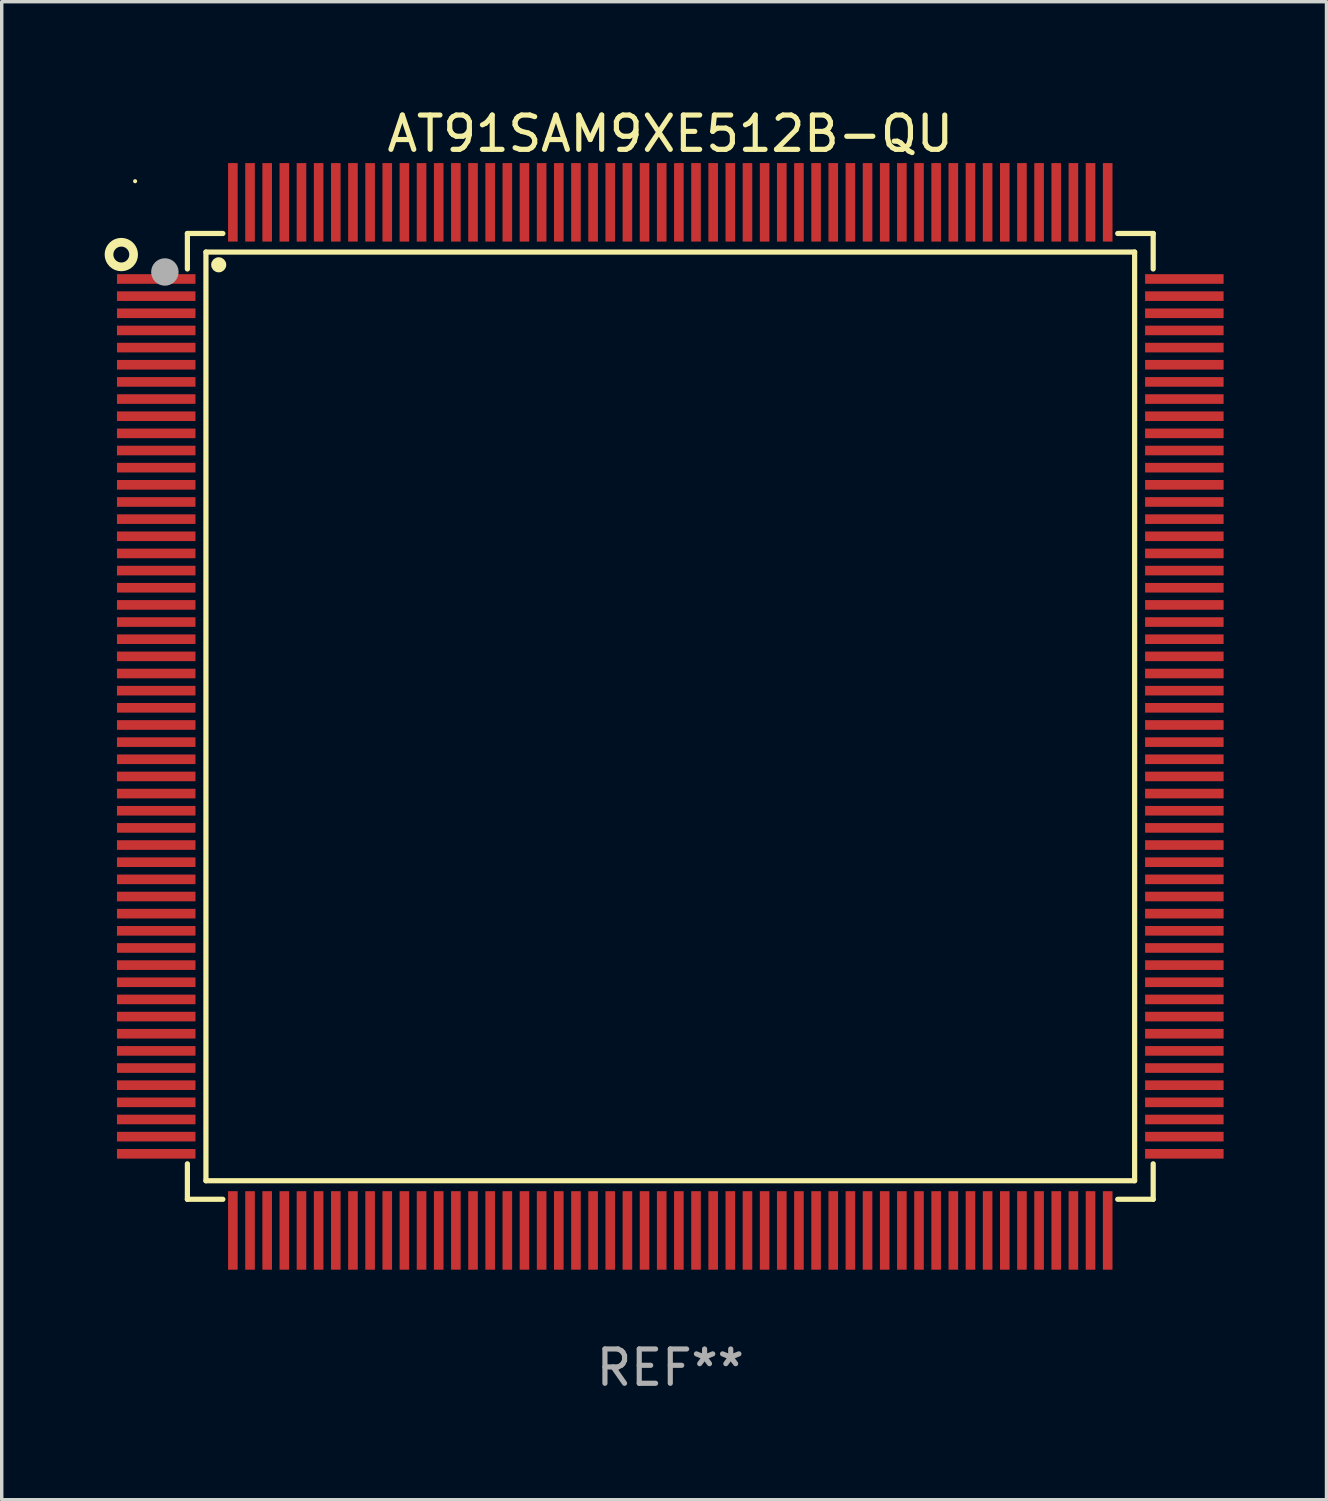
<source format=kicad_pcb>
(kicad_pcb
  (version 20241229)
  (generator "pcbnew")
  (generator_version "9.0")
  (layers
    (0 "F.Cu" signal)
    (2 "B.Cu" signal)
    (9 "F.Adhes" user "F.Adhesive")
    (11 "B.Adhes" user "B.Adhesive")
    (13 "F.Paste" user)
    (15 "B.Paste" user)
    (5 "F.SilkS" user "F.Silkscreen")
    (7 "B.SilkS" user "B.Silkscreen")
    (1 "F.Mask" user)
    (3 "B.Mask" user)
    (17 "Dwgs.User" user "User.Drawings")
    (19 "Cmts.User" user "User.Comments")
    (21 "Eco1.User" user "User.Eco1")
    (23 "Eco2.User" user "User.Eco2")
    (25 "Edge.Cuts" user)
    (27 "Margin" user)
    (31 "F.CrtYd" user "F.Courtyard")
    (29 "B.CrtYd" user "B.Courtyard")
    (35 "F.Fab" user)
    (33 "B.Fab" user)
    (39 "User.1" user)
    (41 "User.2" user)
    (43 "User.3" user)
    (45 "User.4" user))
  (footprint "AT91SAM9XE512B-QU"
    (layer "F.Cu")
    (at 16.488 17.832)
    (property "Reference" "AT91SAM9XE512B-QU" (at 0 -16.984 0) (layer "F.SilkS") (effects (font (size 1 1) (thickness 0.15))))
    (attr through_hole)
    (fp_line (start -14.076 -14.076) (end -13.042 -14.076) (stroke (width 0.152) (type solid)) (layer "F.SilkS"))
    (fp_line (start -14.076 -13.042) (end -14.076 -14.076) (stroke (width 0.152) (type solid)) (layer "F.SilkS"))
    (fp_line (start -14.076 13.042) (end -14.076 14.076) (stroke (width 0.152) (type solid)) (layer "F.SilkS"))
    (fp_line (start -14.076 14.076) (end -13.042 14.076) (stroke (width 0.152) (type solid)) (layer "F.SilkS"))
    (fp_line (start -13.535 -13.535) (end 13.535 -13.535) (stroke (width 0.152) (type solid)) (layer "F.SilkS"))
    (fp_line (start -13.535 13.535) (end -13.535 -13.535) (stroke (width 0.152) (type solid)) (layer "F.SilkS"))
    (fp_line (start 13.535 -13.535) (end 13.535 13.535) (stroke (width 0.152) (type solid)) (layer "F.SilkS"))
    (fp_line (start 13.535 13.535) (end -13.535 13.535) (stroke (width 0.152) (type solid)) (layer "F.SilkS"))
    (fp_line (start 14.076 -14.076) (end 13.042 -14.076) (stroke (width 0.152) (type solid)) (layer "F.SilkS"))
    (fp_line (start 14.076 -13.042) (end 14.076 -14.076) (stroke (width 0.152) (type solid)) (layer "F.SilkS"))
    (fp_line (start 14.076 13.042) (end 14.076 14.076) (stroke (width 0.152) (type solid)) (layer "F.SilkS"))
    (fp_line (start 14.076 14.076) (end 13.042 14.076) (stroke (width 0.152) (type solid)) (layer "F.SilkS"))
    (fp_circle (center -16.002 -13.462) (end -15.643 -13.462) (stroke (width 0.254) (type solid)) (fill no) (layer "F.SilkS"))
    (fp_circle (center -15.6 -15.6) (end -15.57 -15.6) (stroke (width 0.06) (type solid)) (fill no) (layer "F.SilkS"))
    (fp_circle (center -13.163 -13.163) (end -13.053 -13.163) (stroke (width 0.22) (type solid)) (fill no) (layer "F.SilkS"))
    (fp_circle (center -14.732 -12.954) (end -14.532 -12.954) (stroke (width 0.4) (type solid)) (fill no) (layer "F.Fab"))
    (fp_text user "REF**" (at 0 18.984 0) (layer "F.Fab") (effects (font (size 1 1) (thickness 0.15))))
    (pad "1" smd rect (at -14.984 -12.75) (size 2.288 0.28) (layers "F.Cu" "F.Mask" "F.Paste"))
    (pad "2" smd rect (at -14.984 -12.25) (size 2.288 0.28) (layers "F.Cu" "F.Mask" "F.Paste"))
    (pad "3" smd rect (at -14.984 -11.75) (size 2.288 0.28) (layers "F.Cu" "F.Mask" "F.Paste"))
    (pad "4" smd rect (at -14.984 -11.25) (size 2.288 0.28) (layers "F.Cu" "F.Mask" "F.Paste"))
    (pad "5" smd rect (at -14.984 -10.75) (size 2.288 0.28) (layers "F.Cu" "F.Mask" "F.Paste"))
    (pad "6" smd rect (at -14.984 -10.25) (size 2.288 0.28) (layers "F.Cu" "F.Mask" "F.Paste"))
    (pad "7" smd rect (at -14.984 -9.75) (size 2.288 0.28) (layers "F.Cu" "F.Mask" "F.Paste"))
    (pad "8" smd rect (at -14.984 -9.25) (size 2.288 0.28) (layers "F.Cu" "F.Mask" "F.Paste"))
    (pad "9" smd rect (at -14.984 -8.75) (size 2.288 0.28) (layers "F.Cu" "F.Mask" "F.Paste"))
    (pad "10" smd rect (at -14.984 -8.25) (size 2.288 0.28) (layers "F.Cu" "F.Mask" "F.Paste"))
    (pad "11" smd rect (at -14.984 -7.75) (size 2.288 0.28) (layers "F.Cu" "F.Mask" "F.Paste"))
    (pad "12" smd rect (at -14.984 -7.25) (size 2.288 0.28) (layers "F.Cu" "F.Mask" "F.Paste"))
    (pad "13" smd rect (at -14.984 -6.75) (size 2.288 0.28) (layers "F.Cu" "F.Mask" "F.Paste"))
    (pad "14" smd rect (at -14.984 -6.25) (size 2.288 0.28) (layers "F.Cu" "F.Mask" "F.Paste"))
    (pad "15" smd rect (at -14.984 -5.75) (size 2.288 0.28) (layers "F.Cu" "F.Mask" "F.Paste"))
    (pad "16" smd rect (at -14.984 -5.25) (size 2.288 0.28) (layers "F.Cu" "F.Mask" "F.Paste"))
    (pad "17" smd rect (at -14.984 -4.75) (size 2.288 0.28) (layers "F.Cu" "F.Mask" "F.Paste"))
    (pad "18" smd rect (at -14.984 -4.25) (size 2.288 0.28) (layers "F.Cu" "F.Mask" "F.Paste"))
    (pad "19" smd rect (at -14.984 -3.75) (size 2.288 0.28) (layers "F.Cu" "F.Mask" "F.Paste"))
    (pad "20" smd rect (at -14.984 -3.25) (size 2.288 0.28) (layers "F.Cu" "F.Mask" "F.Paste"))
    (pad "21" smd rect (at -14.984 -2.75) (size 2.288 0.28) (layers "F.Cu" "F.Mask" "F.Paste"))
    (pad "22" smd rect (at -14.984 -2.25) (size 2.288 0.28) (layers "F.Cu" "F.Mask" "F.Paste"))
    (pad "23" smd rect (at -14.984 -1.75) (size 2.288 0.28) (layers "F.Cu" "F.Mask" "F.Paste"))
    (pad "24" smd rect (at -14.984 -1.25) (size 2.288 0.28) (layers "F.Cu" "F.Mask" "F.Paste"))
    (pad "25" smd rect (at -14.984 -0.75) (size 2.288 0.28) (layers "F.Cu" "F.Mask" "F.Paste"))
    (pad "26" smd rect (at -14.984 -0.25) (size 2.288 0.28) (layers "F.Cu" "F.Mask" "F.Paste"))
    (pad "27" smd rect (at -14.984 0.25) (size 2.288 0.28) (layers "F.Cu" "F.Mask" "F.Paste"))
    (pad "28" smd rect (at -14.984 0.75) (size 2.288 0.28) (layers "F.Cu" "F.Mask" "F.Paste"))
    (pad "29" smd rect (at -14.984 1.25) (size 2.288 0.28) (layers "F.Cu" "F.Mask" "F.Paste"))
    (pad "30" smd rect (at -14.984 1.75) (size 2.288 0.28) (layers "F.Cu" "F.Mask" "F.Paste"))
    (pad "31" smd rect (at -14.984 2.25) (size 2.288 0.28) (layers "F.Cu" "F.Mask" "F.Paste"))
    (pad "32" smd rect (at -14.984 2.75) (size 2.288 0.28) (layers "F.Cu" "F.Mask" "F.Paste"))
    (pad "33" smd rect (at -14.984 3.25) (size 2.288 0.28) (layers "F.Cu" "F.Mask" "F.Paste"))
    (pad "34" smd rect (at -14.984 3.75) (size 2.288 0.28) (layers "F.Cu" "F.Mask" "F.Paste"))
    (pad "35" smd rect (at -14.984 4.25) (size 2.288 0.28) (layers "F.Cu" "F.Mask" "F.Paste"))
    (pad "36" smd rect (at -14.984 4.75) (size 2.288 0.28) (layers "F.Cu" "F.Mask" "F.Paste"))
    (pad "37" smd rect (at -14.984 5.25) (size 2.288 0.28) (layers "F.Cu" "F.Mask" "F.Paste"))
    (pad "38" smd rect (at -14.984 5.75) (size 2.288 0.28) (layers "F.Cu" "F.Mask" "F.Paste"))
    (pad "39" smd rect (at -14.984 6.25) (size 2.288 0.28) (layers "F.Cu" "F.Mask" "F.Paste"))
    (pad "40" smd rect (at -14.984 6.75) (size 2.288 0.28) (layers "F.Cu" "F.Mask" "F.Paste"))
    (pad "41" smd rect (at -14.984 7.25) (size 2.288 0.28) (layers "F.Cu" "F.Mask" "F.Paste"))
    (pad "42" smd rect (at -14.984 7.75) (size 2.288 0.28) (layers "F.Cu" "F.Mask" "F.Paste"))
    (pad "43" smd rect (at -14.984 8.25) (size 2.288 0.28) (layers "F.Cu" "F.Mask" "F.Paste"))
    (pad "44" smd rect (at -14.984 8.75) (size 2.288 0.28) (layers "F.Cu" "F.Mask" "F.Paste"))
    (pad "45" smd rect (at -14.984 9.25) (size 2.288 0.28) (layers "F.Cu" "F.Mask" "F.Paste"))
    (pad "46" smd rect (at -14.984 9.75) (size 2.288 0.28) (layers "F.Cu" "F.Mask" "F.Paste"))
    (pad "47" smd rect (at -14.984 10.25) (size 2.288 0.28) (layers "F.Cu" "F.Mask" "F.Paste"))
    (pad "48" smd rect (at -14.984 10.75) (size 2.288 0.28) (layers "F.Cu" "F.Mask" "F.Paste"))
    (pad "49" smd rect (at -14.984 11.25) (size 2.288 0.28) (layers "F.Cu" "F.Mask" "F.Paste"))
    (pad "50" smd rect (at -14.984 11.75) (size 2.288 0.28) (layers "F.Cu" "F.Mask" "F.Paste"))
    (pad "51" smd rect (at -14.984 12.25) (size 2.288 0.28) (layers "F.Cu" "F.Mask" "F.Paste"))
    (pad "52" smd rect (at -14.984 12.75) (size 2.288 0.28) (layers "F.Cu" "F.Mask" "F.Paste"))
    (pad "53" smd rect (at -12.75 14.984) (size 0.28 2.288) (layers "F.Cu" "F.Mask" "F.Paste"))
    (pad "54" smd rect (at -12.25 14.984) (size 0.28 2.288) (layers "F.Cu" "F.Mask" "F.Paste"))
    (pad "55" smd rect (at -11.75 14.984) (size 0.28 2.288) (layers "F.Cu" "F.Mask" "F.Paste"))
    (pad "56" smd rect (at -11.25 14.984) (size 0.28 2.288) (layers "F.Cu" "F.Mask" "F.Paste"))
    (pad "57" smd rect (at -10.75 14.984) (size 0.28 2.288) (layers "F.Cu" "F.Mask" "F.Paste"))
    (pad "58" smd rect (at -10.25 14.984) (size 0.28 2.288) (layers "F.Cu" "F.Mask" "F.Paste"))
    (pad "59" smd rect (at -9.75 14.984) (size 0.28 2.288) (layers "F.Cu" "F.Mask" "F.Paste"))
    (pad "60" smd rect (at -9.25 14.984) (size 0.28 2.288) (layers "F.Cu" "F.Mask" "F.Paste"))
    (pad "61" smd rect (at -8.75 14.984) (size 0.28 2.288) (layers "F.Cu" "F.Mask" "F.Paste"))
    (pad "62" smd rect (at -8.25 14.984) (size 0.28 2.288) (layers "F.Cu" "F.Mask" "F.Paste"))
    (pad "63" smd rect (at -7.75 14.984) (size 0.28 2.288) (layers "F.Cu" "F.Mask" "F.Paste"))
    (pad "64" smd rect (at -7.25 14.984) (size 0.28 2.288) (layers "F.Cu" "F.Mask" "F.Paste"))
    (pad "65" smd rect (at -6.75 14.984) (size 0.28 2.288) (layers "F.Cu" "F.Mask" "F.Paste"))
    (pad "66" smd rect (at -6.25 14.984) (size 0.28 2.288) (layers "F.Cu" "F.Mask" "F.Paste"))
    (pad "67" smd rect (at -5.75 14.984) (size 0.28 2.288) (layers "F.Cu" "F.Mask" "F.Paste"))
    (pad "68" smd rect (at -5.25 14.984) (size 0.28 2.288) (layers "F.Cu" "F.Mask" "F.Paste"))
    (pad "69" smd rect (at -4.75 14.984) (size 0.28 2.288) (layers "F.Cu" "F.Mask" "F.Paste"))
    (pad "70" smd rect (at -4.25 14.984) (size 0.28 2.288) (layers "F.Cu" "F.Mask" "F.Paste"))
    (pad "71" smd rect (at -3.75 14.984) (size 0.28 2.288) (layers "F.Cu" "F.Mask" "F.Paste"))
    (pad "72" smd rect (at -3.25 14.984) (size 0.28 2.288) (layers "F.Cu" "F.Mask" "F.Paste"))
    (pad "73" smd rect (at -2.75 14.984) (size 0.28 2.288) (layers "F.Cu" "F.Mask" "F.Paste"))
    (pad "74" smd rect (at -2.25 14.984) (size 0.28 2.288) (layers "F.Cu" "F.Mask" "F.Paste"))
    (pad "75" smd rect (at -1.75 14.984) (size 0.28 2.288) (layers "F.Cu" "F.Mask" "F.Paste"))
    (pad "76" smd rect (at -1.25 14.984) (size 0.28 2.288) (layers "F.Cu" "F.Mask" "F.Paste"))
    (pad "77" smd rect (at -0.75 14.984) (size 0.28 2.288) (layers "F.Cu" "F.Mask" "F.Paste"))
    (pad "78" smd rect (at -0.25 14.984) (size 0.28 2.288) (layers "F.Cu" "F.Mask" "F.Paste"))
    (pad "79" smd rect (at 0.25 14.984) (size 0.28 2.288) (layers "F.Cu" "F.Mask" "F.Paste"))
    (pad "80" smd rect (at 0.75 14.984) (size 0.28 2.288) (layers "F.Cu" "F.Mask" "F.Paste"))
    (pad "81" smd rect (at 1.25 14.984) (size 0.28 2.288) (layers "F.Cu" "F.Mask" "F.Paste"))
    (pad "82" smd rect (at 1.75 14.984) (size 0.28 2.288) (layers "F.Cu" "F.Mask" "F.Paste"))
    (pad "83" smd rect (at 2.25 14.984) (size 0.28 2.288) (layers "F.Cu" "F.Mask" "F.Paste"))
    (pad "84" smd rect (at 2.75 14.984) (size 0.28 2.288) (layers "F.Cu" "F.Mask" "F.Paste"))
    (pad "85" smd rect (at 3.25 14.984) (size 0.28 2.288) (layers "F.Cu" "F.Mask" "F.Paste"))
    (pad "86" smd rect (at 3.75 14.984) (size 0.28 2.288) (layers "F.Cu" "F.Mask" "F.Paste"))
    (pad "87" smd rect (at 4.25 14.984) (size 0.28 2.288) (layers "F.Cu" "F.Mask" "F.Paste"))
    (pad "88" smd rect (at 4.75 14.984) (size 0.28 2.288) (layers "F.Cu" "F.Mask" "F.Paste"))
    (pad "89" smd rect (at 5.25 14.984) (size 0.28 2.288) (layers "F.Cu" "F.Mask" "F.Paste"))
    (pad "90" smd rect (at 5.75 14.984) (size 0.28 2.288) (layers "F.Cu" "F.Mask" "F.Paste"))
    (pad "91" smd rect (at 6.25 14.984) (size 0.28 2.288) (layers "F.Cu" "F.Mask" "F.Paste"))
    (pad "92" smd rect (at 6.75 14.984) (size 0.28 2.288) (layers "F.Cu" "F.Mask" "F.Paste"))
    (pad "93" smd rect (at 7.25 14.984) (size 0.28 2.288) (layers "F.Cu" "F.Mask" "F.Paste"))
    (pad "94" smd rect (at 7.75 14.984) (size 0.28 2.288) (layers "F.Cu" "F.Mask" "F.Paste"))
    (pad "95" smd rect (at 8.25 14.984) (size 0.28 2.288) (layers "F.Cu" "F.Mask" "F.Paste"))
    (pad "96" smd rect (at 8.75 14.984) (size 0.28 2.288) (layers "F.Cu" "F.Mask" "F.Paste"))
    (pad "97" smd rect (at 9.25 14.984) (size 0.28 2.288) (layers "F.Cu" "F.Mask" "F.Paste"))
    (pad "98" smd rect (at 9.75 14.984) (size 0.28 2.288) (layers "F.Cu" "F.Mask" "F.Paste"))
    (pad "99" smd rect (at 10.25 14.984) (size 0.28 2.288) (layers "F.Cu" "F.Mask" "F.Paste"))
    (pad "100" smd rect (at 10.75 14.984) (size 0.28 2.288) (layers "F.Cu" "F.Mask" "F.Paste"))
    (pad "101" smd rect (at 11.25 14.984) (size 0.28 2.288) (layers "F.Cu" "F.Mask" "F.Paste"))
    (pad "102" smd rect (at 11.75 14.984) (size 0.28 2.288) (layers "F.Cu" "F.Mask" "F.Paste"))
    (pad "103" smd rect (at 12.25 14.984) (size 0.28 2.288) (layers "F.Cu" "F.Mask" "F.Paste"))
    (pad "104" smd rect (at 12.75 14.984) (size 0.28 2.288) (layers "F.Cu" "F.Mask" "F.Paste"))
    (pad "105" smd rect (at 14.984 12.75) (size 2.288 0.28) (layers "F.Cu" "F.Mask" "F.Paste"))
    (pad "106" smd rect (at 14.984 12.25) (size 2.288 0.28) (layers "F.Cu" "F.Mask" "F.Paste"))
    (pad "107" smd rect (at 14.984 11.75) (size 2.288 0.28) (layers "F.Cu" "F.Mask" "F.Paste"))
    (pad "108" smd rect (at 14.984 11.25) (size 2.288 0.28) (layers "F.Cu" "F.Mask" "F.Paste"))
    (pad "109" smd rect (at 14.984 10.75) (size 2.288 0.28) (layers "F.Cu" "F.Mask" "F.Paste"))
    (pad "110" smd rect (at 14.984 10.25) (size 2.288 0.28) (layers "F.Cu" "F.Mask" "F.Paste"))
    (pad "111" smd rect (at 14.984 9.75) (size 2.288 0.28) (layers "F.Cu" "F.Mask" "F.Paste"))
    (pad "112" smd rect (at 14.984 9.25) (size 2.288 0.28) (layers "F.Cu" "F.Mask" "F.Paste"))
    (pad "113" smd rect (at 14.984 8.75) (size 2.288 0.28) (layers "F.Cu" "F.Mask" "F.Paste"))
    (pad "114" smd rect (at 14.984 8.25) (size 2.288 0.28) (layers "F.Cu" "F.Mask" "F.Paste"))
    (pad "115" smd rect (at 14.984 7.75) (size 2.288 0.28) (layers "F.Cu" "F.Mask" "F.Paste"))
    (pad "116" smd rect (at 14.984 7.25) (size 2.288 0.28) (layers "F.Cu" "F.Mask" "F.Paste"))
    (pad "117" smd rect (at 14.984 6.75) (size 2.288 0.28) (layers "F.Cu" "F.Mask" "F.Paste"))
    (pad "118" smd rect (at 14.984 6.25) (size 2.288 0.28) (layers "F.Cu" "F.Mask" "F.Paste"))
    (pad "119" smd rect (at 14.984 5.75) (size 2.288 0.28) (layers "F.Cu" "F.Mask" "F.Paste"))
    (pad "120" smd rect (at 14.984 5.25) (size 2.288 0.28) (layers "F.Cu" "F.Mask" "F.Paste"))
    (pad "121" smd rect (at 14.984 4.75) (size 2.288 0.28) (layers "F.Cu" "F.Mask" "F.Paste"))
    (pad "122" smd rect (at 14.984 4.25) (size 2.288 0.28) (layers "F.Cu" "F.Mask" "F.Paste"))
    (pad "123" smd rect (at 14.984 3.75) (size 2.288 0.28) (layers "F.Cu" "F.Mask" "F.Paste"))
    (pad "124" smd rect (at 14.984 3.25) (size 2.288 0.28) (layers "F.Cu" "F.Mask" "F.Paste"))
    (pad "125" smd rect (at 14.984 2.75) (size 2.288 0.28) (layers "F.Cu" "F.Mask" "F.Paste"))
    (pad "126" smd rect (at 14.984 2.25) (size 2.288 0.28) (layers "F.Cu" "F.Mask" "F.Paste"))
    (pad "127" smd rect (at 14.984 1.75) (size 2.288 0.28) (layers "F.Cu" "F.Mask" "F.Paste"))
    (pad "128" smd rect (at 14.984 1.25) (size 2.288 0.28) (layers "F.Cu" "F.Mask" "F.Paste"))
    (pad "129" smd rect (at 14.984 0.75) (size 2.288 0.28) (layers "F.Cu" "F.Mask" "F.Paste"))
    (pad "130" smd rect (at 14.984 0.25) (size 2.288 0.28) (layers "F.Cu" "F.Mask" "F.Paste"))
    (pad "131" smd rect (at 14.984 -0.25) (size 2.288 0.28) (layers "F.Cu" "F.Mask" "F.Paste"))
    (pad "132" smd rect (at 14.984 -0.75) (size 2.288 0.28) (layers "F.Cu" "F.Mask" "F.Paste"))
    (pad "133" smd rect (at 14.984 -1.25) (size 2.288 0.28) (layers "F.Cu" "F.Mask" "F.Paste"))
    (pad "134" smd rect (at 14.984 -1.75) (size 2.288 0.28) (layers "F.Cu" "F.Mask" "F.Paste"))
    (pad "135" smd rect (at 14.984 -2.25) (size 2.288 0.28) (layers "F.Cu" "F.Mask" "F.Paste"))
    (pad "136" smd rect (at 14.984 -2.75) (size 2.288 0.28) (layers "F.Cu" "F.Mask" "F.Paste"))
    (pad "137" smd rect (at 14.984 -3.25) (size 2.288 0.28) (layers "F.Cu" "F.Mask" "F.Paste"))
    (pad "138" smd rect (at 14.984 -3.75) (size 2.288 0.28) (layers "F.Cu" "F.Mask" "F.Paste"))
    (pad "139" smd rect (at 14.984 -4.25) (size 2.288 0.28) (layers "F.Cu" "F.Mask" "F.Paste"))
    (pad "140" smd rect (at 14.984 -4.75) (size 2.288 0.28) (layers "F.Cu" "F.Mask" "F.Paste"))
    (pad "141" smd rect (at 14.984 -5.25) (size 2.288 0.28) (layers "F.Cu" "F.Mask" "F.Paste"))
    (pad "142" smd rect (at 14.984 -5.75) (size 2.288 0.28) (layers "F.Cu" "F.Mask" "F.Paste"))
    (pad "143" smd rect (at 14.984 -6.25) (size 2.288 0.28) (layers "F.Cu" "F.Mask" "F.Paste"))
    (pad "144" smd rect (at 14.984 -6.75) (size 2.288 0.28) (layers "F.Cu" "F.Mask" "F.Paste"))
    (pad "145" smd rect (at 14.984 -7.25) (size 2.288 0.28) (layers "F.Cu" "F.Mask" "F.Paste"))
    (pad "146" smd rect (at 14.984 -7.75) (size 2.288 0.28) (layers "F.Cu" "F.Mask" "F.Paste"))
    (pad "147" smd rect (at 14.984 -8.25) (size 2.288 0.28) (layers "F.Cu" "F.Mask" "F.Paste"))
    (pad "148" smd rect (at 14.984 -8.75) (size 2.288 0.28) (layers "F.Cu" "F.Mask" "F.Paste"))
    (pad "149" smd rect (at 14.984 -9.25) (size 2.288 0.28) (layers "F.Cu" "F.Mask" "F.Paste"))
    (pad "150" smd rect (at 14.984 -9.75) (size 2.288 0.28) (layers "F.Cu" "F.Mask" "F.Paste"))
    (pad "151" smd rect (at 14.984 -10.25) (size 2.288 0.28) (layers "F.Cu" "F.Mask" "F.Paste"))
    (pad "152" smd rect (at 14.984 -10.75) (size 2.288 0.28) (layers "F.Cu" "F.Mask" "F.Paste"))
    (pad "153" smd rect (at 14.984 -11.25) (size 2.288 0.28) (layers "F.Cu" "F.Mask" "F.Paste"))
    (pad "154" smd rect (at 14.984 -11.75) (size 2.288 0.28) (layers "F.Cu" "F.Mask" "F.Paste"))
    (pad "155" smd rect (at 14.984 -12.25) (size 2.288 0.28) (layers "F.Cu" "F.Mask" "F.Paste"))
    (pad "156" smd rect (at 14.984 -12.75) (size 2.288 0.28) (layers "F.Cu" "F.Mask" "F.Paste"))
    (pad "157" smd rect (at 12.75 -14.984) (size 0.28 2.288) (layers "F.Cu" "F.Mask" "F.Paste"))
    (pad "158" smd rect (at 12.25 -14.984) (size 0.28 2.288) (layers "F.Cu" "F.Mask" "F.Paste"))
    (pad "159" smd rect (at 11.75 -14.984) (size 0.28 2.288) (layers "F.Cu" "F.Mask" "F.Paste"))
    (pad "160" smd rect (at 11.25 -14.984) (size 0.28 2.288) (layers "F.Cu" "F.Mask" "F.Paste"))
    (pad "161" smd rect (at 10.75 -14.984) (size 0.28 2.288) (layers "F.Cu" "F.Mask" "F.Paste"))
    (pad "162" smd rect (at 10.25 -14.984) (size 0.28 2.288) (layers "F.Cu" "F.Mask" "F.Paste"))
    (pad "163" smd rect (at 9.75 -14.984) (size 0.28 2.288) (layers "F.Cu" "F.Mask" "F.Paste"))
    (pad "164" smd rect (at 9.25 -14.984) (size 0.28 2.288) (layers "F.Cu" "F.Mask" "F.Paste"))
    (pad "165" smd rect (at 8.75 -14.984) (size 0.28 2.288) (layers "F.Cu" "F.Mask" "F.Paste"))
    (pad "166" smd rect (at 8.25 -14.984) (size 0.28 2.288) (layers "F.Cu" "F.Mask" "F.Paste"))
    (pad "167" smd rect (at 7.75 -14.984) (size 0.28 2.288) (layers "F.Cu" "F.Mask" "F.Paste"))
    (pad "168" smd rect (at 7.25 -14.984) (size 0.28 2.288) (layers "F.Cu" "F.Mask" "F.Paste"))
    (pad "169" smd rect (at 6.75 -14.984) (size 0.28 2.288) (layers "F.Cu" "F.Mask" "F.Paste"))
    (pad "170" smd rect (at 6.25 -14.984) (size 0.28 2.288) (layers "F.Cu" "F.Mask" "F.Paste"))
    (pad "171" smd rect (at 5.75 -14.984) (size 0.28 2.288) (layers "F.Cu" "F.Mask" "F.Paste"))
    (pad "172" smd rect (at 5.25 -14.984) (size 0.28 2.288) (layers "F.Cu" "F.Mask" "F.Paste"))
    (pad "173" smd rect (at 4.75 -14.984) (size 0.28 2.288) (layers "F.Cu" "F.Mask" "F.Paste"))
    (pad "174" smd rect (at 4.25 -14.984) (size 0.28 2.288) (layers "F.Cu" "F.Mask" "F.Paste"))
    (pad "175" smd rect (at 3.75 -14.984) (size 0.28 2.288) (layers "F.Cu" "F.Mask" "F.Paste"))
    (pad "176" smd rect (at 3.25 -14.984) (size 0.28 2.288) (layers "F.Cu" "F.Mask" "F.Paste"))
    (pad "177" smd rect (at 2.75 -14.984) (size 0.28 2.288) (layers "F.Cu" "F.Mask" "F.Paste"))
    (pad "178" smd rect (at 2.25 -14.984) (size 0.28 2.288) (layers "F.Cu" "F.Mask" "F.Paste"))
    (pad "179" smd rect (at 1.75 -14.984) (size 0.28 2.288) (layers "F.Cu" "F.Mask" "F.Paste"))
    (pad "180" smd rect (at 1.25 -14.984) (size 0.28 2.288) (layers "F.Cu" "F.Mask" "F.Paste"))
    (pad "181" smd rect (at 0.75 -14.984) (size 0.28 2.288) (layers "F.Cu" "F.Mask" "F.Paste"))
    (pad "182" smd rect (at 0.25 -14.984) (size 0.28 2.288) (layers "F.Cu" "F.Mask" "F.Paste"))
    (pad "183" smd rect (at -0.25 -14.984) (size 0.28 2.288) (layers "F.Cu" "F.Mask" "F.Paste"))
    (pad "184" smd rect (at -0.75 -14.984) (size 0.28 2.288) (layers "F.Cu" "F.Mask" "F.Paste"))
    (pad "185" smd rect (at -1.25 -14.984) (size 0.28 2.288) (layers "F.Cu" "F.Mask" "F.Paste"))
    (pad "186" smd rect (at -1.75 -14.984) (size 0.28 2.288) (layers "F.Cu" "F.Mask" "F.Paste"))
    (pad "187" smd rect (at -2.25 -14.984) (size 0.28 2.288) (layers "F.Cu" "F.Mask" "F.Paste"))
    (pad "188" smd rect (at -2.75 -14.984) (size 0.28 2.288) (layers "F.Cu" "F.Mask" "F.Paste"))
    (pad "189" smd rect (at -3.25 -14.984) (size 0.28 2.288) (layers "F.Cu" "F.Mask" "F.Paste"))
    (pad "190" smd rect (at -3.75 -14.984) (size 0.28 2.288) (layers "F.Cu" "F.Mask" "F.Paste"))
    (pad "191" smd rect (at -4.25 -14.984) (size 0.28 2.288) (layers "F.Cu" "F.Mask" "F.Paste"))
    (pad "192" smd rect (at -4.75 -14.984) (size 0.28 2.288) (layers "F.Cu" "F.Mask" "F.Paste"))
    (pad "193" smd rect (at -5.25 -14.984) (size 0.28 2.288) (layers "F.Cu" "F.Mask" "F.Paste"))
    (pad "194" smd rect (at -5.75 -14.984) (size 0.28 2.288) (layers "F.Cu" "F.Mask" "F.Paste"))
    (pad "195" smd rect (at -6.25 -14.984) (size 0.28 2.288) (layers "F.Cu" "F.Mask" "F.Paste"))
    (pad "196" smd rect (at -6.75 -14.984) (size 0.28 2.288) (layers "F.Cu" "F.Mask" "F.Paste"))
    (pad "197" smd rect (at -7.25 -14.984) (size 0.28 2.288) (layers "F.Cu" "F.Mask" "F.Paste"))
    (pad "198" smd rect (at -7.75 -14.984) (size 0.28 2.288) (layers "F.Cu" "F.Mask" "F.Paste"))
    (pad "199" smd rect (at -8.25 -14.984) (size 0.28 2.288) (layers "F.Cu" "F.Mask" "F.Paste"))
    (pad "200" smd rect (at -8.75 -14.984) (size 0.28 2.288) (layers "F.Cu" "F.Mask" "F.Paste"))
    (pad "201" smd rect (at -9.25 -14.984) (size 0.28 2.288) (layers "F.Cu" "F.Mask" "F.Paste"))
    (pad "202" smd rect (at -9.75 -14.984) (size 0.28 2.288) (layers "F.Cu" "F.Mask" "F.Paste"))
    (pad "203" smd rect (at -10.25 -14.984) (size 0.28 2.288) (layers "F.Cu" "F.Mask" "F.Paste"))
    (pad "204" smd rect (at -10.75 -14.984) (size 0.28 2.288) (layers "F.Cu" "F.Mask" "F.Paste"))
    (pad "205" smd rect (at -11.25 -14.984) (size 0.28 2.288) (layers "F.Cu" "F.Mask" "F.Paste"))
    (pad "206" smd rect (at -11.75 -14.984) (size 0.28 2.288) (layers "F.Cu" "F.Mask" "F.Paste"))
    (pad "207" smd rect (at -12.25 -14.984) (size 0.28 2.288) (layers "F.Cu" "F.Mask" "F.Paste"))
    (pad "208" smd rect (at -12.75 -14.984) (size 0.28 2.288) (layers "F.Cu" "F.Mask" "F.Paste")))
  (gr_rect
    (start -3 -3)
    (end 35.616 40.664)
    (stroke (width 0.1) (type default))
    (fill no)
    (layer "Edge.Cuts")))
</source>
